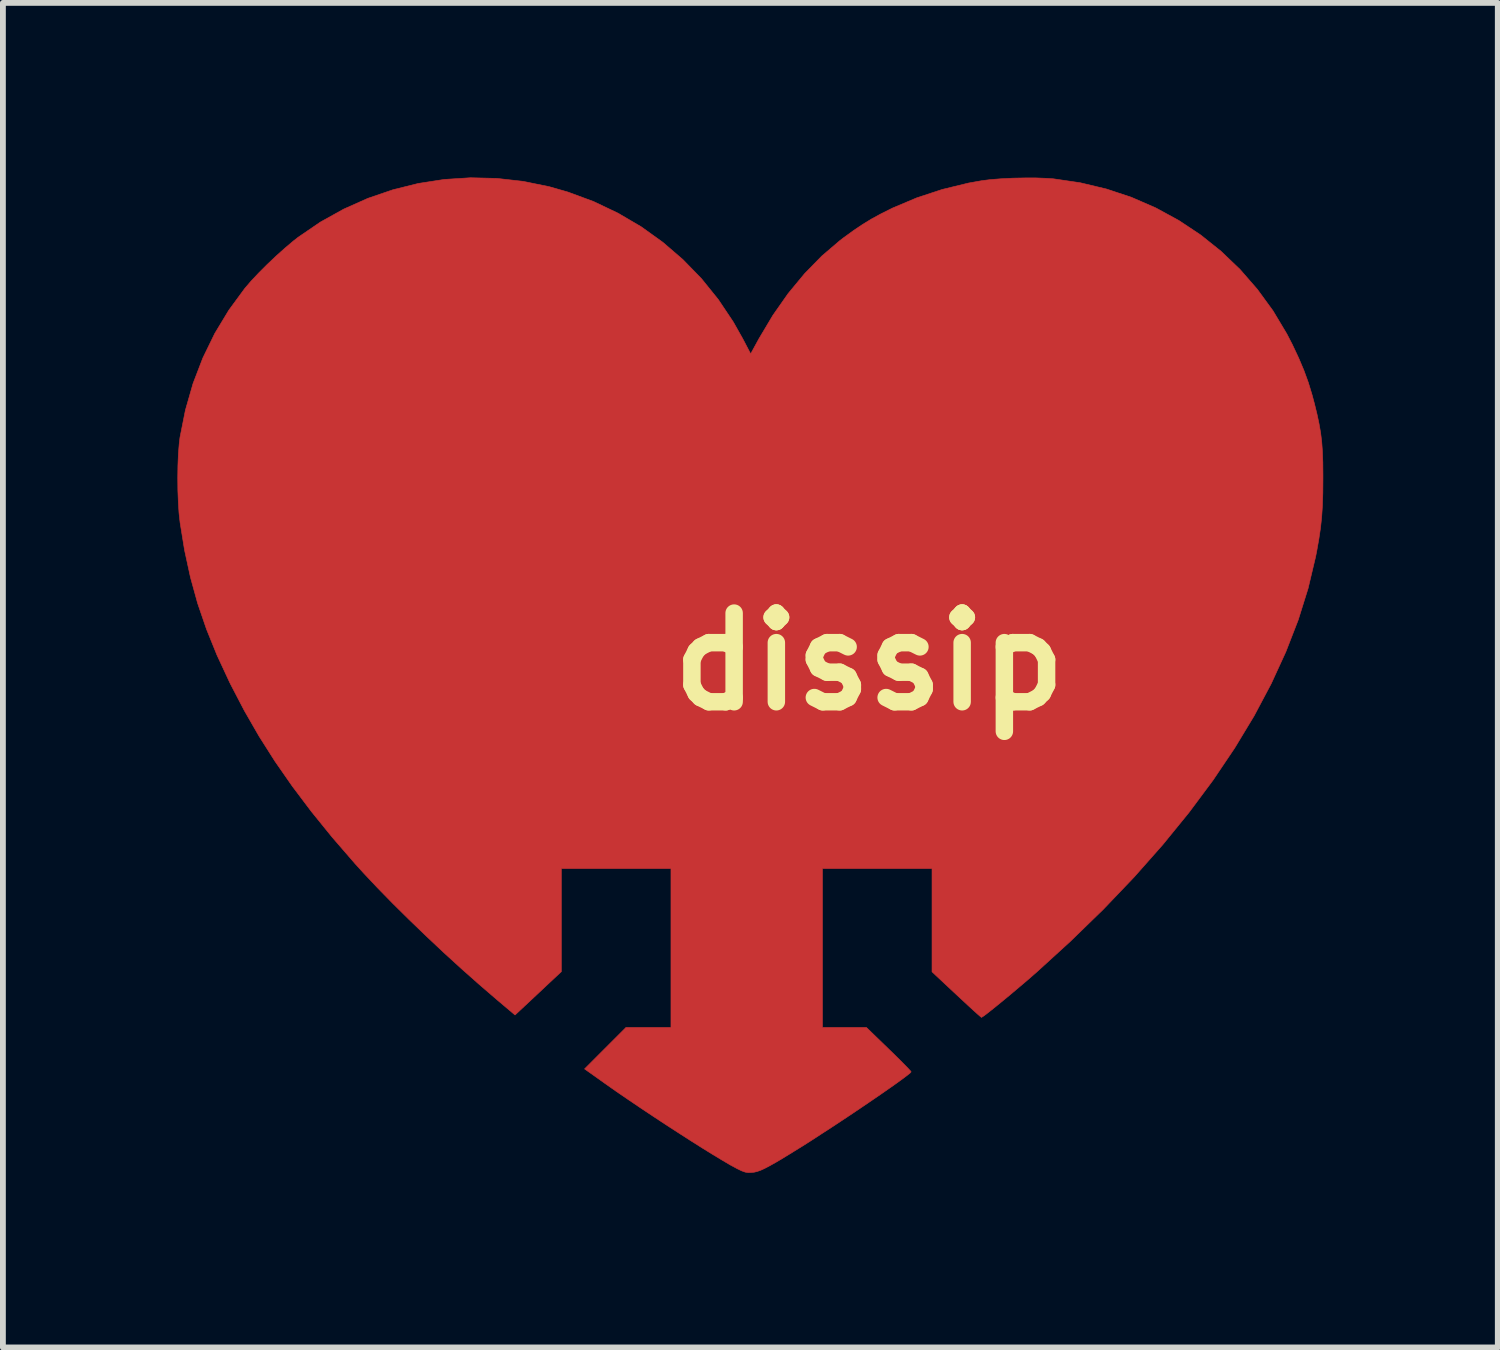
<source format=kicad_pcb>
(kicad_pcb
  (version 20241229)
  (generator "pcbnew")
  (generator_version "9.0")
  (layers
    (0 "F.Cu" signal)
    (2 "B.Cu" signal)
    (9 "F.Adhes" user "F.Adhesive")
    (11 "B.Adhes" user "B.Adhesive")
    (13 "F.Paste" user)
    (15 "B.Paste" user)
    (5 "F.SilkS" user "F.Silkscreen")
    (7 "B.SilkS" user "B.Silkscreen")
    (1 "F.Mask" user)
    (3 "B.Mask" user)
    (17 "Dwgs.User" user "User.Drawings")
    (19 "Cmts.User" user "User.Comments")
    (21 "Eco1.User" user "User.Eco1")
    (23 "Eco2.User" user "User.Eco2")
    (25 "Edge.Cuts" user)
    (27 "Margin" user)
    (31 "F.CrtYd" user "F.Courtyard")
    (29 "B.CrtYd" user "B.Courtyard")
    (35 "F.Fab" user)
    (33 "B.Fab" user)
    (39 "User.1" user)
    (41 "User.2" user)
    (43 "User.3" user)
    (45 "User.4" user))
  (footprint "dissip"
    (layer "F.Cu")
    (at 11.89 8.322)
    (property "Reference" "dissip" (at 0 0 0) (layer "F.SilkS") (effects (font (size 1.524 1.524) (thickness 0.3))))
    (attr through_hole)
    (fp_poly (pts (xy -6.401 -8.306) (xy -5.948 -8.255) (xy -5.498 -8.163) (xy -5.178 -8.071) (xy -4.737 -7.908) (xy -4.317 -7.708) (xy -3.92 -7.475) (xy -3.548 -7.208) (xy -3.202 -6.91) (xy -2.883 -6.582) (xy -2.595 -6.225) (xy -2.338 -5.841) (xy -2.174 -5.55) (xy -2.038 -5.29) (xy -1.896 -5.55) (xy -1.656 -5.953) (xy -1.394 -6.327) (xy -1.113 -6.667) (xy -0.814 -6.973) (xy -0.5 -7.241) (xy -0.442 -7.285) (xy -0.27 -7.41) (xy -0.115 -7.514) (xy 0.035 -7.606) (xy 0.194 -7.693) (xy 0.374 -7.783) (xy 0.402 -7.797) (xy 0.817 -7.972) (xy 1.254 -8.116) (xy 1.706 -8.226) (xy 1.937 -8.267) (xy 2.088 -8.286) (xy 2.27 -8.3) (xy 2.468 -8.31) (xy 2.673 -8.314) (xy 2.87 -8.314) (xy 3.049 -8.307) (xy 3.165 -8.299) (xy 3.627 -8.231) (xy 4.076 -8.124) (xy 4.509 -7.98) (xy 4.925 -7.799) (xy 5.321 -7.583) (xy 5.696 -7.334) (xy 6.047 -7.053) (xy 6.373 -6.741) (xy 6.671 -6.399) (xy 6.94 -6.03) (xy 7.177 -5.634) (xy 7.272 -5.45) (xy 7.381 -5.218) (xy 7.471 -5.005) (xy 7.546 -4.799) (xy 7.611 -4.586) (xy 7.651 -4.437) (xy 7.696 -4.253) (xy 7.731 -4.088) (xy 7.758 -3.933) (xy 7.777 -3.777) (xy 7.789 -3.611) (xy 7.796 -3.425) (xy 7.798 -3.209) (xy 7.798 -3.143) (xy 7.796 -2.898) (xy 7.789 -2.682) (xy 7.776 -2.486) (xy 7.756 -2.297) (xy 7.727 -2.104) (xy 7.69 -1.894) (xy 7.671 -1.799) (xy 7.543 -1.26) (xy 7.373 -0.717) (xy 7.161 -0.171) (xy 6.909 0.378) (xy 6.616 0.93) (xy 6.282 1.483) (xy 5.909 2.037) (xy 5.496 2.592) (xy 5.044 3.147) (xy 4.553 3.702) (xy 4.024 4.256) (xy 3.456 4.808) (xy 2.898 5.317) (xy 2.783 5.418) (xy 2.66 5.524) (xy 2.534 5.63) (xy 2.41 5.735) (xy 2.291 5.833) (xy 2.182 5.922) (xy 2.087 5.998) (xy 2.011 6.058) (xy 1.957 6.097) (xy 1.93 6.114) (xy 1.928 6.114) (xy 1.908 6.098) (xy 1.861 6.057) (xy 1.792 5.995) (xy 1.705 5.915) (xy 1.604 5.821) (xy 1.494 5.719) (xy 1.079 5.331) (xy 1.079 3.556) (xy -0.804 3.556) (xy -0.804 6.287) (xy -0.049 6.287) (xy 0.335 6.659) (xy 0.44 6.761) (xy 0.534 6.854) (xy 0.613 6.934) (xy 0.673 6.996) (xy 0.71 7.036) (xy 0.72 7.05) (xy 0.702 7.07) (xy 0.653 7.11) (xy 0.575 7.169) (xy 0.473 7.243) (xy 0.348 7.331) (xy 0.206 7.43) (xy 0.05 7.537) (xy -0.118 7.651) (xy -0.293 7.769) (xy -0.472 7.888) (xy -0.651 8.006) (xy -0.827 8.12) (xy -0.996 8.23) (xy -1.155 8.331) (xy -1.301 8.421) (xy -1.318 8.432) (xy -1.48 8.531) (xy -1.611 8.609) (xy -1.717 8.668) (xy -1.801 8.712) (xy -1.869 8.743) (xy -1.927 8.763) (xy -1.978 8.775) (xy -2.017 8.779) (xy -2.078 8.782) (xy -2.131 8.774) (xy -2.19 8.753) (xy -2.27 8.715) (xy -2.286 8.706) (xy -2.391 8.649) (xy -2.525 8.57) (xy -2.686 8.473) (xy -2.867 8.361) (xy -3.065 8.236) (xy -3.275 8.101) (xy -3.493 7.96) (xy -3.713 7.815) (xy -3.932 7.669) (xy -4.145 7.525) (xy -4.347 7.387) (xy -4.533 7.256) (xy -4.603 7.206) (xy -4.893 7) (xy -4.181 6.287) (xy -3.408 6.287) (xy -3.408 3.556) (xy -5.292 3.556) (xy -5.292 5.328) (xy -5.572 5.59) (xy -5.672 5.684) (xy -5.771 5.777) (xy -5.861 5.861) (xy -5.934 5.929) (xy -5.97 5.963) (xy -6.088 6.073) (xy -6.404 5.806) (xy -6.7 5.551) (xy -7.005 5.281) (xy -7.312 5.001) (xy -7.615 4.716) (xy -7.911 4.431) (xy -8.192 4.153) (xy -8.454 3.885) (xy -8.691 3.633) (xy -8.838 3.471) (xy -9.231 3.017) (xy -9.589 2.575) (xy -9.916 2.141) (xy -10.215 1.711) (xy -10.489 1.279) (xy -10.741 0.841) (xy -10.976 0.39) (xy -10.996 0.349) (xy -11.21 -0.111) (xy -11.391 -0.558) (xy -11.543 -1.002) (xy -11.667 -1.451) (xy -11.768 -1.916) (xy -11.845 -2.392) (xy -11.863 -2.553) (xy -11.875 -2.742) (xy -11.883 -2.948) (xy -11.885 -3.162) (xy -11.882 -3.372) (xy -11.874 -3.569) (xy -11.86 -3.742) (xy -11.847 -3.852) (xy -11.753 -4.324) (xy -11.622 -4.781) (xy -11.453 -5.221) (xy -11.248 -5.642) (xy -11.007 -6.041) (xy -10.732 -6.416) (xy -10.725 -6.424) (xy -10.622 -6.544) (xy -10.493 -6.681) (xy -10.347 -6.827) (xy -10.194 -6.972) (xy -10.042 -7.108) (xy -9.9 -7.228) (xy -9.816 -7.294) (xy -9.434 -7.555) (xy -9.033 -7.778) (xy -8.618 -7.963) (xy -8.189 -8.11) (xy -7.751 -8.219) (xy -7.305 -8.288) (xy -6.854 -8.317) (xy -6.401 -8.306)) (stroke (width 0.01) (type solid)) (fill yes) (layer "F.Cu")))
  (gr_rect
    (start -3 -3)
    (end 22.693 20.109)
    (stroke (width 0.1) (type default))
    (fill no)
    (layer "Edge.Cuts")))
</source>
